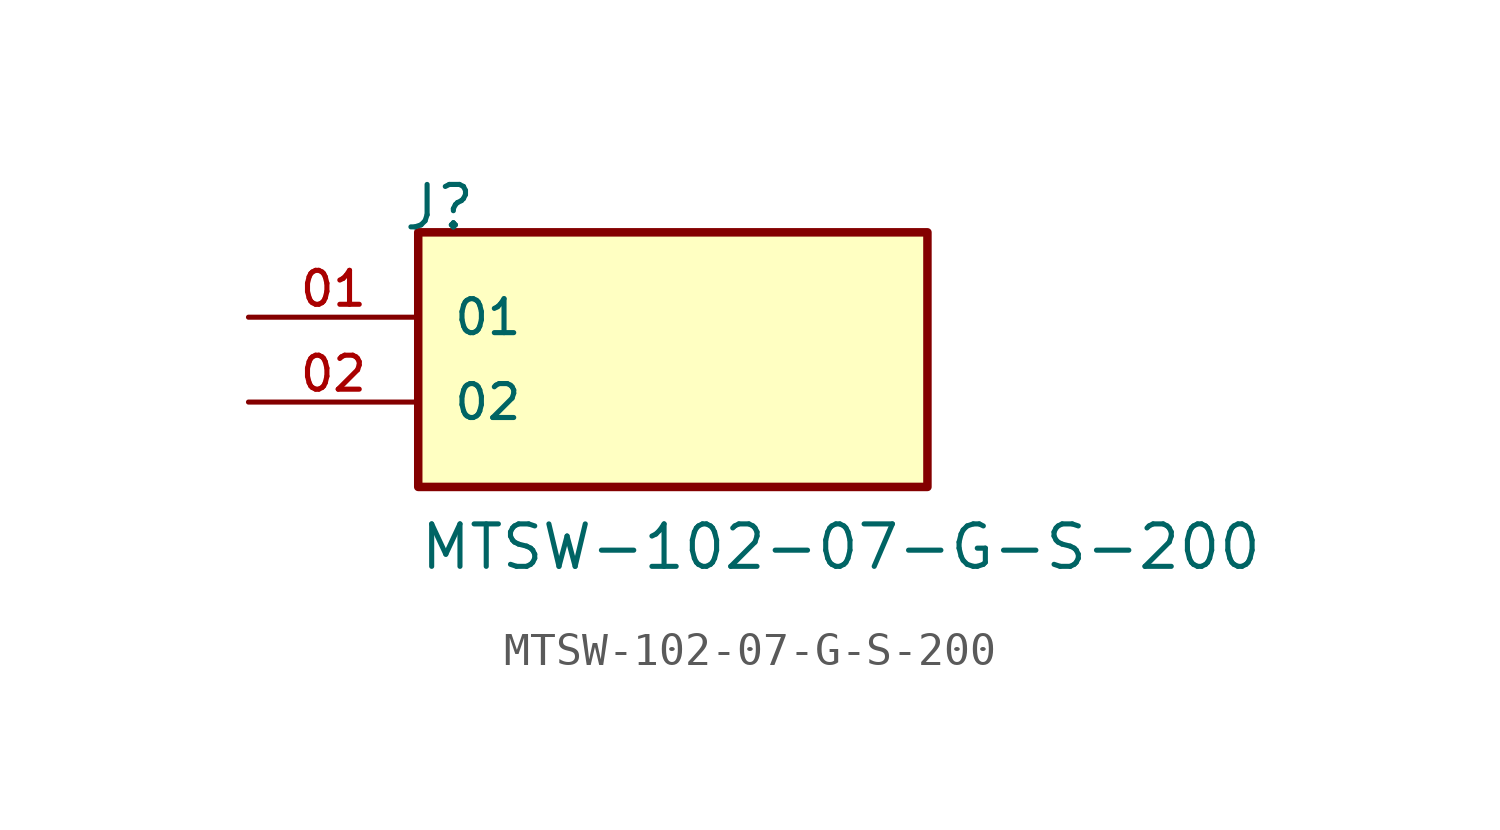
<source format=kicad_sym>
(kicad_symbol_lib
  (version 20211014)
  (generator kicad_symbol_editor)
  (symbol "MTSW-102-07-G-S-200"
    (pin_names
      (offset 1.016))
    (property "Reference" "J"
      (at -8.12 5.08 0)
      (effects (font (size 1.27 1.27)) (justify bottom left)))
    (property "Value" "MTSW-102-07-G-S-200"
      (at -7.62 -5.08 0)
      (effects (font (size 1.27 1.27)) (justify bottom left)))
    (symbol "MTSW-102-07-G-S-200_0_0"
      (rectangle (start -7.62 -2.54) (end 7.62 5.08) (stroke (width 0.254)) (fill (type background)))
      (pin passive line (at -12.7 2.54 0) (length 5.08) (name "01" (effects (font (size 1.016 1.016)))) (number "01" (effects (font (size 1.016 1.016)))))
      (pin passive line (at -12.7 0.0 0) (length 5.08) (name "02" (effects (font (size 1.016 1.016)))) (number "02" (effects (font (size 1.016 1.016))))))))
</source>
